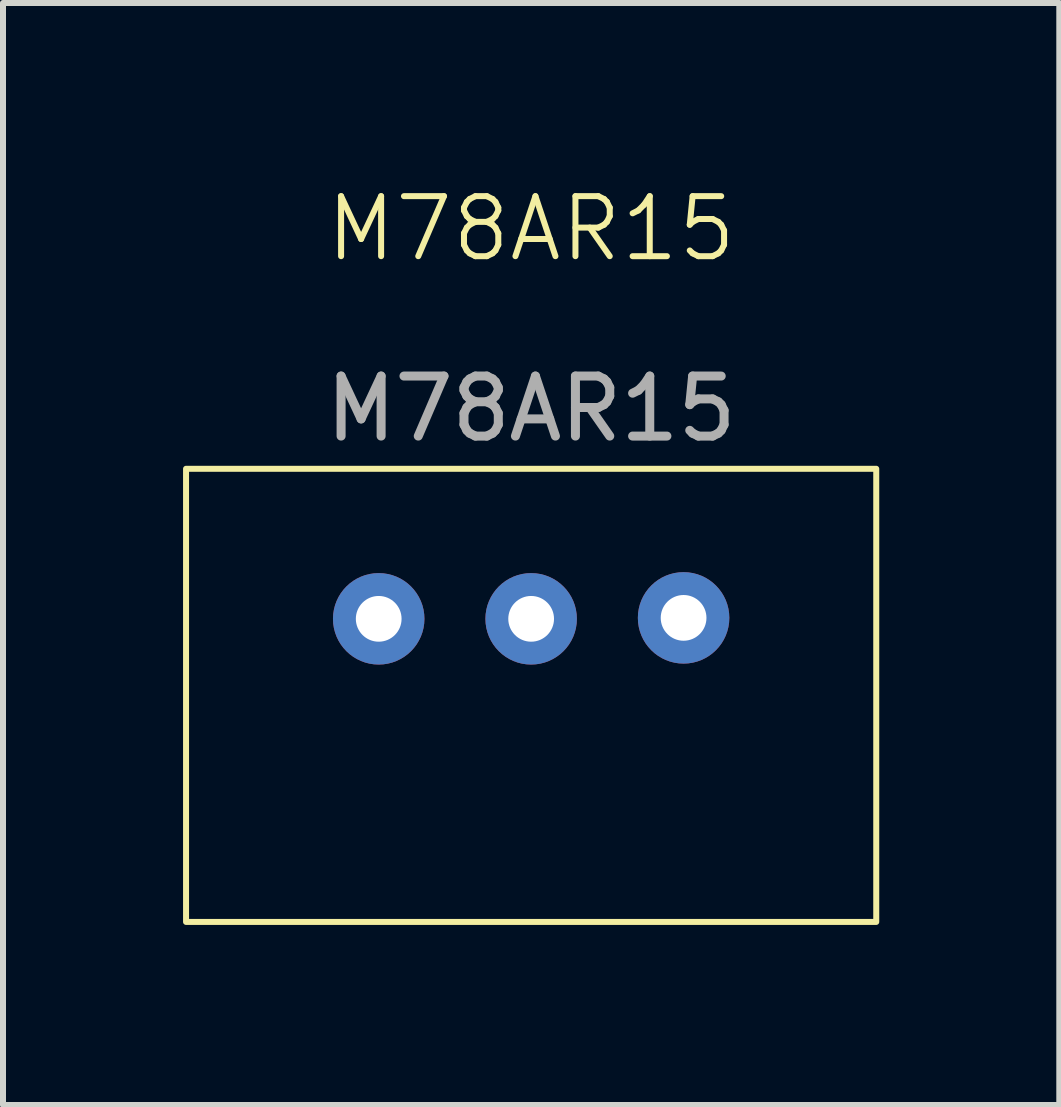
<source format=kicad_pcb>
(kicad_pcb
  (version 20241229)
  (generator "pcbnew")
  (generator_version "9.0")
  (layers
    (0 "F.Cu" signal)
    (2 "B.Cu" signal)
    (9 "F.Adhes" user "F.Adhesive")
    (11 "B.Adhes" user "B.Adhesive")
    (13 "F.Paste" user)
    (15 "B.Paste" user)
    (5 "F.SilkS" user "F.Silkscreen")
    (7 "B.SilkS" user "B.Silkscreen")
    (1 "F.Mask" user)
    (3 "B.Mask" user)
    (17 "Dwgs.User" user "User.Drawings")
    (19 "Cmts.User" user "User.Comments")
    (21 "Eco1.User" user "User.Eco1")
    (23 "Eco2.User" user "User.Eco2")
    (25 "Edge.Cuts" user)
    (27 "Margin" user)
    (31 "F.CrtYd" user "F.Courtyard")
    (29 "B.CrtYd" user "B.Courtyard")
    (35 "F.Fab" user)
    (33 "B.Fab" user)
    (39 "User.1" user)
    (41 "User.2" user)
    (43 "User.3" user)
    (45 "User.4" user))
  (footprint "M78AR15"
    (layer "F.Cu")
    (at 5.8 8.261)
    (property "Reference" "M78AR15" (at 0 -7.5 0) (unlocked yes) (layer "F.SilkS") (effects (font (size 1 1) (thickness 0.1))))
    (attr through_hole)
    (fp_rect (start -5.75 -3.5) (end 5.75 4.05) (stroke (width 0.1) (type default)) (fill no) (layer "F.SilkS"))
    (fp_text user "${REFERENCE}" (at 0 -4.5 0) (unlocked yes) (layer "F.Fab") (effects (font (size 1 1) (thickness 0.15))))
    (pad "1" thru_hole circle (at -2.54 -1) (size 1.524 1.524) (drill 0.762) (layers "*.Cu" "*.Mask"))
    (pad "2" thru_hole circle (at 0 -1) (size 1.524 1.524) (drill 0.762) (layers "*.Cu" "*.Mask"))
    (pad "3" thru_hole circle (at 2.54 -1.016) (size 1.524 1.524) (drill 0.762) (layers "*.Cu" "*.Mask")))
  (gr_rect
    (start -3 -3)
    (end 14.6 15.361)
    (stroke (width 0.1) (type default))
    (fill no)
    (layer "Edge.Cuts")))
</source>
